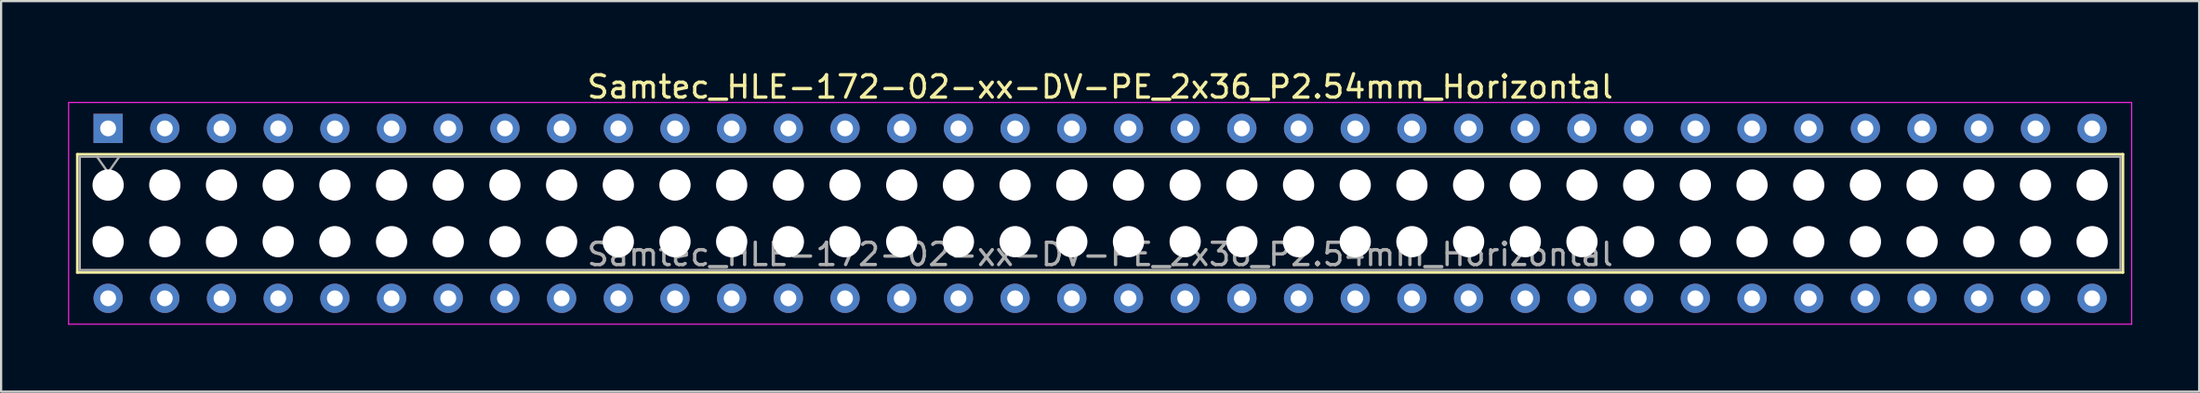
<source format=kicad_pcb>
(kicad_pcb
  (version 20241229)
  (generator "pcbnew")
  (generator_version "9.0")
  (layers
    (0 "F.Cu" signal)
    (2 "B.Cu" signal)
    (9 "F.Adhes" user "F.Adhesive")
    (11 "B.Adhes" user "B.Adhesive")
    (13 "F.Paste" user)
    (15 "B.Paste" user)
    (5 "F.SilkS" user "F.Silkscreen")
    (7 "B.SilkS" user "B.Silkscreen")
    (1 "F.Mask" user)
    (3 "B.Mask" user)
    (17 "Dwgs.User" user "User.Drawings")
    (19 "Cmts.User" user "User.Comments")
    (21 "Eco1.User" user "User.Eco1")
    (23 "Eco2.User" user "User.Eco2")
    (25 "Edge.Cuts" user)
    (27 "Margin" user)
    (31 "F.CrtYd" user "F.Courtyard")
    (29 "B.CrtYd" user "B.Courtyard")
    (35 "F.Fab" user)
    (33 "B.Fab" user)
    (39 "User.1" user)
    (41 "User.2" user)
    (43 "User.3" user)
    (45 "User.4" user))
  (footprint "Samtec_HLE-172-02-xx-DV-PE_2x36_P2.54mm_Horizontal"
    (layer "F.Cu")
    (at 1.795 2.708)
    (property "Reference" "Samtec_HLE-172-02-xx-DV-PE_2x36_P2.54mm_Horizontal" (at 44.45 -1.86 0) (layer "F.SilkS") (effects (font (size 1 1) (thickness 0.15))))
    (attr through_hole)
    (fp_line (start -1.38 1.16) (end 90.28 1.16) (stroke (width 0.12) (type solid)) (layer "F.SilkS"))
    (fp_line (start -1.38 6.46) (end -1.38 1.16) (stroke (width 0.12) (type solid)) (layer "F.SilkS"))
    (fp_line (start 90.28 1.16) (end 90.28 6.46) (stroke (width 0.12) (type solid)) (layer "F.SilkS"))
    (fp_line (start 90.28 6.46) (end -1.38 6.46) (stroke (width 0.12) (type solid)) (layer "F.SilkS"))
    (fp_line (start -1.77 -1.16) (end 90.67 -1.16) (stroke (width 0.05) (type solid)) (layer "F.CrtYd"))
    (fp_line (start -1.77 8.78) (end -1.77 -1.16) (stroke (width 0.05) (type solid)) (layer "F.CrtYd"))
    (fp_line (start 90.67 -1.16) (end 90.67 8.78) (stroke (width 0.05) (type solid)) (layer "F.CrtYd"))
    (fp_line (start 90.67 8.78) (end -1.77 8.78) (stroke (width 0.05) (type solid)) (layer "F.CrtYd"))
    (fp_line (start -1.27 1.27) (end 90.17 1.27) (stroke (width 0.1) (type solid)) (layer "F.Fab"))
    (fp_line (start -1.27 6.35) (end -1.27 1.27) (stroke (width 0.1) (type solid)) (layer "F.Fab"))
    (fp_line (start -0.5 1.27) (end 0 1.977) (stroke (width 0.1) (type solid)) (layer "F.Fab"))
    (fp_line (start 0 1.977) (end 0.5 1.27) (stroke (width 0.1) (type solid)) (layer "F.Fab"))
    (fp_line (start 90.17 1.27) (end 90.17 6.35) (stroke (width 0.1) (type solid)) (layer "F.Fab"))
    (fp_line (start 90.17 6.35) (end -1.27 6.35) (stroke (width 0.1) (type solid)) (layer "F.Fab"))
    (fp_text user "${REFERENCE}" (at 44.45 5.65 0) (layer "F.Fab") (effects (font (size 1 1) (thickness 0.15))))
    (pad "" np_thru_hole circle (at 0 2.54) (size 1.4 1.4) (drill 1.4) (layers "*.Cu" "*.Mask"))
    (pad "" np_thru_hole circle (at 0 5.08) (size 1.4 1.4) (drill 1.4) (layers "*.Cu" "*.Mask"))
    (pad "" np_thru_hole circle (at 2.54 2.54) (size 1.4 1.4) (drill 1.4) (layers "*.Cu" "*.Mask"))
    (pad "" np_thru_hole circle (at 2.54 5.08) (size 1.4 1.4) (drill 1.4) (layers "*.Cu" "*.Mask"))
    (pad "" np_thru_hole circle (at 5.08 2.54) (size 1.4 1.4) (drill 1.4) (layers "*.Cu" "*.Mask"))
    (pad "" np_thru_hole circle (at 5.08 5.08) (size 1.4 1.4) (drill 1.4) (layers "*.Cu" "*.Mask"))
    (pad "" np_thru_hole circle (at 7.62 2.54) (size 1.4 1.4) (drill 1.4) (layers "*.Cu" "*.Mask"))
    (pad "" np_thru_hole circle (at 7.62 5.08) (size 1.4 1.4) (drill 1.4) (layers "*.Cu" "*.Mask"))
    (pad "" np_thru_hole circle (at 10.16 2.54) (size 1.4 1.4) (drill 1.4) (layers "*.Cu" "*.Mask"))
    (pad "" np_thru_hole circle (at 10.16 5.08) (size 1.4 1.4) (drill 1.4) (layers "*.Cu" "*.Mask"))
    (pad "" np_thru_hole circle (at 12.7 2.54) (size 1.4 1.4) (drill 1.4) (layers "*.Cu" "*.Mask"))
    (pad "" np_thru_hole circle (at 12.7 5.08) (size 1.4 1.4) (drill 1.4) (layers "*.Cu" "*.Mask"))
    (pad "" np_thru_hole circle (at 15.24 2.54) (size 1.4 1.4) (drill 1.4) (layers "*.Cu" "*.Mask"))
    (pad "" np_thru_hole circle (at 15.24 5.08) (size 1.4 1.4) (drill 1.4) (layers "*.Cu" "*.Mask"))
    (pad "" np_thru_hole circle (at 17.78 2.54) (size 1.4 1.4) (drill 1.4) (layers "*.Cu" "*.Mask"))
    (pad "" np_thru_hole circle (at 17.78 5.08) (size 1.4 1.4) (drill 1.4) (layers "*.Cu" "*.Mask"))
    (pad "" np_thru_hole circle (at 20.32 2.54) (size 1.4 1.4) (drill 1.4) (layers "*.Cu" "*.Mask"))
    (pad "" np_thru_hole circle (at 20.32 5.08) (size 1.4 1.4) (drill 1.4) (layers "*.Cu" "*.Mask"))
    (pad "" np_thru_hole circle (at 22.86 2.54) (size 1.4 1.4) (drill 1.4) (layers "*.Cu" "*.Mask"))
    (pad "" np_thru_hole circle (at 22.86 5.08) (size 1.4 1.4) (drill 1.4) (layers "*.Cu" "*.Mask"))
    (pad "" np_thru_hole circle (at 25.4 2.54) (size 1.4 1.4) (drill 1.4) (layers "*.Cu" "*.Mask"))
    (pad "" np_thru_hole circle (at 25.4 5.08) (size 1.4 1.4) (drill 1.4) (layers "*.Cu" "*.Mask"))
    (pad "" np_thru_hole circle (at 27.94 2.54) (size 1.4 1.4) (drill 1.4) (layers "*.Cu" "*.Mask"))
    (pad "" np_thru_hole circle (at 27.94 5.08) (size 1.4 1.4) (drill 1.4) (layers "*.Cu" "*.Mask"))
    (pad "" np_thru_hole circle (at 30.48 2.54) (size 1.4 1.4) (drill 1.4) (layers "*.Cu" "*.Mask"))
    (pad "" np_thru_hole circle (at 30.48 5.08) (size 1.4 1.4) (drill 1.4) (layers "*.Cu" "*.Mask"))
    (pad "" np_thru_hole circle (at 33.02 2.54) (size 1.4 1.4) (drill 1.4) (layers "*.Cu" "*.Mask"))
    (pad "" np_thru_hole circle (at 33.02 5.08) (size 1.4 1.4) (drill 1.4) (layers "*.Cu" "*.Mask"))
    (pad "" np_thru_hole circle (at 35.56 2.54) (size 1.4 1.4) (drill 1.4) (layers "*.Cu" "*.Mask"))
    (pad "" np_thru_hole circle (at 35.56 5.08) (size 1.4 1.4) (drill 1.4) (layers "*.Cu" "*.Mask"))
    (pad "" np_thru_hole circle (at 38.1 2.54) (size 1.4 1.4) (drill 1.4) (layers "*.Cu" "*.Mask"))
    (pad "" np_thru_hole circle (at 38.1 5.08) (size 1.4 1.4) (drill 1.4) (layers "*.Cu" "*.Mask"))
    (pad "" np_thru_hole circle (at 40.64 2.54) (size 1.4 1.4) (drill 1.4) (layers "*.Cu" "*.Mask"))
    (pad "" np_thru_hole circle (at 40.64 5.08) (size 1.4 1.4) (drill 1.4) (layers "*.Cu" "*.Mask"))
    (pad "" np_thru_hole circle (at 43.18 2.54) (size 1.4 1.4) (drill 1.4) (layers "*.Cu" "*.Mask"))
    (pad "" np_thru_hole circle (at 43.18 5.08) (size 1.4 1.4) (drill 1.4) (layers "*.Cu" "*.Mask"))
    (pad "" np_thru_hole circle (at 45.72 2.54) (size 1.4 1.4) (drill 1.4) (layers "*.Cu" "*.Mask"))
    (pad "" np_thru_hole circle (at 45.72 5.08) (size 1.4 1.4) (drill 1.4) (layers "*.Cu" "*.Mask"))
    (pad "" np_thru_hole circle (at 48.26 2.54) (size 1.4 1.4) (drill 1.4) (layers "*.Cu" "*.Mask"))
    (pad "" np_thru_hole circle (at 48.26 5.08) (size 1.4 1.4) (drill 1.4) (layers "*.Cu" "*.Mask"))
    (pad "" np_thru_hole circle (at 50.8 2.54) (size 1.4 1.4) (drill 1.4) (layers "*.Cu" "*.Mask"))
    (pad "" np_thru_hole circle (at 50.8 5.08) (size 1.4 1.4) (drill 1.4) (layers "*.Cu" "*.Mask"))
    (pad "" np_thru_hole circle (at 53.34 2.54) (size 1.4 1.4) (drill 1.4) (layers "*.Cu" "*.Mask"))
    (pad "" np_thru_hole circle (at 53.34 5.08) (size 1.4 1.4) (drill 1.4) (layers "*.Cu" "*.Mask"))
    (pad "" np_thru_hole circle (at 55.88 2.54) (size 1.4 1.4) (drill 1.4) (layers "*.Cu" "*.Mask"))
    (pad "" np_thru_hole circle (at 55.88 5.08) (size 1.4 1.4) (drill 1.4) (layers "*.Cu" "*.Mask"))
    (pad "" np_thru_hole circle (at 58.42 2.54) (size 1.4 1.4) (drill 1.4) (layers "*.Cu" "*.Mask"))
    (pad "" np_thru_hole circle (at 58.42 5.08) (size 1.4 1.4) (drill 1.4) (layers "*.Cu" "*.Mask"))
    (pad "" np_thru_hole circle (at 60.96 2.54) (size 1.4 1.4) (drill 1.4) (layers "*.Cu" "*.Mask"))
    (pad "" np_thru_hole circle (at 60.96 5.08) (size 1.4 1.4) (drill 1.4) (layers "*.Cu" "*.Mask"))
    (pad "" np_thru_hole circle (at 63.5 2.54) (size 1.4 1.4) (drill 1.4) (layers "*.Cu" "*.Mask"))
    (pad "" np_thru_hole circle (at 63.5 5.08) (size 1.4 1.4) (drill 1.4) (layers "*.Cu" "*.Mask"))
    (pad "" np_thru_hole circle (at 66.04 2.54) (size 1.4 1.4) (drill 1.4) (layers "*.Cu" "*.Mask"))
    (pad "" np_thru_hole circle (at 66.04 5.08) (size 1.4 1.4) (drill 1.4) (layers "*.Cu" "*.Mask"))
    (pad "" np_thru_hole circle (at 68.58 2.54) (size 1.4 1.4) (drill 1.4) (layers "*.Cu" "*.Mask"))
    (pad "" np_thru_hole circle (at 68.58 5.08) (size 1.4 1.4) (drill 1.4) (layers "*.Cu" "*.Mask"))
    (pad "" np_thru_hole circle (at 71.12 2.54) (size 1.4 1.4) (drill 1.4) (layers "*.Cu" "*.Mask"))
    (pad "" np_thru_hole circle (at 71.12 5.08) (size 1.4 1.4) (drill 1.4) (layers "*.Cu" "*.Mask"))
    (pad "" np_thru_hole circle (at 73.66 2.54) (size 1.4 1.4) (drill 1.4) (layers "*.Cu" "*.Mask"))
    (pad "" np_thru_hole circle (at 73.66 5.08) (size 1.4 1.4) (drill 1.4) (layers "*.Cu" "*.Mask"))
    (pad "" np_thru_hole circle (at 76.2 2.54) (size 1.4 1.4) (drill 1.4) (layers "*.Cu" "*.Mask"))
    (pad "" np_thru_hole circle (at 76.2 5.08) (size 1.4 1.4) (drill 1.4) (layers "*.Cu" "*.Mask"))
    (pad "" np_thru_hole circle (at 78.74 2.54) (size 1.4 1.4) (drill 1.4) (layers "*.Cu" "*.Mask"))
    (pad "" np_thru_hole circle (at 78.74 5.08) (size 1.4 1.4) (drill 1.4) (layers "*.Cu" "*.Mask"))
    (pad "" np_thru_hole circle (at 81.28 2.54) (size 1.4 1.4) (drill 1.4) (layers "*.Cu" "*.Mask"))
    (pad "" np_thru_hole circle (at 81.28 5.08) (size 1.4 1.4) (drill 1.4) (layers "*.Cu" "*.Mask"))
    (pad "" np_thru_hole circle (at 83.82 2.54) (size 1.4 1.4) (drill 1.4) (layers "*.Cu" "*.Mask"))
    (pad "" np_thru_hole circle (at 83.82 5.08) (size 1.4 1.4) (drill 1.4) (layers "*.Cu" "*.Mask"))
    (pad "" np_thru_hole circle (at 86.36 2.54) (size 1.4 1.4) (drill 1.4) (layers "*.Cu" "*.Mask"))
    (pad "" np_thru_hole circle (at 86.36 5.08) (size 1.4 1.4) (drill 1.4) (layers "*.Cu" "*.Mask"))
    (pad "" np_thru_hole circle (at 88.9 2.54) (size 1.4 1.4) (drill 1.4) (layers "*.Cu" "*.Mask"))
    (pad "" np_thru_hole circle (at 88.9 5.08) (size 1.4 1.4) (drill 1.4) (layers "*.Cu" "*.Mask"))
    (pad "1" thru_hole rect (at 0 0) (size 1.31 1.31) (drill 0.71) (layers "*.Cu" "*.Mask"))
    (pad "2" thru_hole circle (at 0 7.62) (size 1.31 1.31) (drill 0.71) (layers "*.Cu" "*.Mask"))
    (pad "3" thru_hole circle (at 2.54 0) (size 1.31 1.31) (drill 0.71) (layers "*.Cu" "*.Mask"))
    (pad "4" thru_hole circle (at 2.54 7.62) (size 1.31 1.31) (drill 0.71) (layers "*.Cu" "*.Mask"))
    (pad "5" thru_hole circle (at 5.08 0) (size 1.31 1.31) (drill 0.71) (layers "*.Cu" "*.Mask"))
    (pad "6" thru_hole circle (at 5.08 7.62) (size 1.31 1.31) (drill 0.71) (layers "*.Cu" "*.Mask"))
    (pad "7" thru_hole circle (at 7.62 0) (size 1.31 1.31) (drill 0.71) (layers "*.Cu" "*.Mask"))
    (pad "8" thru_hole circle (at 7.62 7.62) (size 1.31 1.31) (drill 0.71) (layers "*.Cu" "*.Mask"))
    (pad "9" thru_hole circle (at 10.16 0) (size 1.31 1.31) (drill 0.71) (layers "*.Cu" "*.Mask"))
    (pad "10" thru_hole circle (at 10.16 7.62) (size 1.31 1.31) (drill 0.71) (layers "*.Cu" "*.Mask"))
    (pad "11" thru_hole circle (at 12.7 0) (size 1.31 1.31) (drill 0.71) (layers "*.Cu" "*.Mask"))
    (pad "12" thru_hole circle (at 12.7 7.62) (size 1.31 1.31) (drill 0.71) (layers "*.Cu" "*.Mask"))
    (pad "13" thru_hole circle (at 15.24 0) (size 1.31 1.31) (drill 0.71) (layers "*.Cu" "*.Mask"))
    (pad "14" thru_hole circle (at 15.24 7.62) (size 1.31 1.31) (drill 0.71) (layers "*.Cu" "*.Mask"))
    (pad "15" thru_hole circle (at 17.78 0) (size 1.31 1.31) (drill 0.71) (layers "*.Cu" "*.Mask"))
    (pad "16" thru_hole circle (at 17.78 7.62) (size 1.31 1.31) (drill 0.71) (layers "*.Cu" "*.Mask"))
    (pad "17" thru_hole circle (at 20.32 0) (size 1.31 1.31) (drill 0.71) (layers "*.Cu" "*.Mask"))
    (pad "18" thru_hole circle (at 20.32 7.62) (size 1.31 1.31) (drill 0.71) (layers "*.Cu" "*.Mask"))
    (pad "19" thru_hole circle (at 22.86 0) (size 1.31 1.31) (drill 0.71) (layers "*.Cu" "*.Mask"))
    (pad "20" thru_hole circle (at 22.86 7.62) (size 1.31 1.31) (drill 0.71) (layers "*.Cu" "*.Mask"))
    (pad "21" thru_hole circle (at 25.4 0) (size 1.31 1.31) (drill 0.71) (layers "*.Cu" "*.Mask"))
    (pad "22" thru_hole circle (at 25.4 7.62) (size 1.31 1.31) (drill 0.71) (layers "*.Cu" "*.Mask"))
    (pad "23" thru_hole circle (at 27.94 0) (size 1.31 1.31) (drill 0.71) (layers "*.Cu" "*.Mask"))
    (pad "24" thru_hole circle (at 27.94 7.62) (size 1.31 1.31) (drill 0.71) (layers "*.Cu" "*.Mask"))
    (pad "25" thru_hole circle (at 30.48 0) (size 1.31 1.31) (drill 0.71) (layers "*.Cu" "*.Mask"))
    (pad "26" thru_hole circle (at 30.48 7.62) (size 1.31 1.31) (drill 0.71) (layers "*.Cu" "*.Mask"))
    (pad "27" thru_hole circle (at 33.02 0) (size 1.31 1.31) (drill 0.71) (layers "*.Cu" "*.Mask"))
    (pad "28" thru_hole circle (at 33.02 7.62) (size 1.31 1.31) (drill 0.71) (layers "*.Cu" "*.Mask"))
    (pad "29" thru_hole circle (at 35.56 0) (size 1.31 1.31) (drill 0.71) (layers "*.Cu" "*.Mask"))
    (pad "30" thru_hole circle (at 35.56 7.62) (size 1.31 1.31) (drill 0.71) (layers "*.Cu" "*.Mask"))
    (pad "31" thru_hole circle (at 38.1 0) (size 1.31 1.31) (drill 0.71) (layers "*.Cu" "*.Mask"))
    (pad "32" thru_hole circle (at 38.1 7.62) (size 1.31 1.31) (drill 0.71) (layers "*.Cu" "*.Mask"))
    (pad "33" thru_hole circle (at 40.64 0) (size 1.31 1.31) (drill 0.71) (layers "*.Cu" "*.Mask"))
    (pad "34" thru_hole circle (at 40.64 7.62) (size 1.31 1.31) (drill 0.71) (layers "*.Cu" "*.Mask"))
    (pad "35" thru_hole circle (at 43.18 0) (size 1.31 1.31) (drill 0.71) (layers "*.Cu" "*.Mask"))
    (pad "36" thru_hole circle (at 43.18 7.62) (size 1.31 1.31) (drill 0.71) (layers "*.Cu" "*.Mask"))
    (pad "37" thru_hole circle (at 45.72 0) (size 1.31 1.31) (drill 0.71) (layers "*.Cu" "*.Mask"))
    (pad "38" thru_hole circle (at 45.72 7.62) (size 1.31 1.31) (drill 0.71) (layers "*.Cu" "*.Mask"))
    (pad "39" thru_hole circle (at 48.26 0) (size 1.31 1.31) (drill 0.71) (layers "*.Cu" "*.Mask"))
    (pad "40" thru_hole circle (at 48.26 7.62) (size 1.31 1.31) (drill 0.71) (layers "*.Cu" "*.Mask"))
    (pad "41" thru_hole circle (at 50.8 0) (size 1.31 1.31) (drill 0.71) (layers "*.Cu" "*.Mask"))
    (pad "42" thru_hole circle (at 50.8 7.62) (size 1.31 1.31) (drill 0.71) (layers "*.Cu" "*.Mask"))
    (pad "43" thru_hole circle (at 53.34 0) (size 1.31 1.31) (drill 0.71) (layers "*.Cu" "*.Mask"))
    (pad "44" thru_hole circle (at 53.34 7.62) (size 1.31 1.31) (drill 0.71) (layers "*.Cu" "*.Mask"))
    (pad "45" thru_hole circle (at 55.88 0) (size 1.31 1.31) (drill 0.71) (layers "*.Cu" "*.Mask"))
    (pad "46" thru_hole circle (at 55.88 7.62) (size 1.31 1.31) (drill 0.71) (layers "*.Cu" "*.Mask"))
    (pad "47" thru_hole circle (at 58.42 0) (size 1.31 1.31) (drill 0.71) (layers "*.Cu" "*.Mask"))
    (pad "48" thru_hole circle (at 58.42 7.62) (size 1.31 1.31) (drill 0.71) (layers "*.Cu" "*.Mask"))
    (pad "49" thru_hole circle (at 60.96 0) (size 1.31 1.31) (drill 0.71) (layers "*.Cu" "*.Mask"))
    (pad "50" thru_hole circle (at 60.96 7.62) (size 1.31 1.31) (drill 0.71) (layers "*.Cu" "*.Mask"))
    (pad "51" thru_hole circle (at 63.5 0) (size 1.31 1.31) (drill 0.71) (layers "*.Cu" "*.Mask"))
    (pad "52" thru_hole circle (at 63.5 7.62) (size 1.31 1.31) (drill 0.71) (layers "*.Cu" "*.Mask"))
    (pad "53" thru_hole circle (at 66.04 0) (size 1.31 1.31) (drill 0.71) (layers "*.Cu" "*.Mask"))
    (pad "54" thru_hole circle (at 66.04 7.62) (size 1.31 1.31) (drill 0.71) (layers "*.Cu" "*.Mask"))
    (pad "55" thru_hole circle (at 68.58 0) (size 1.31 1.31) (drill 0.71) (layers "*.Cu" "*.Mask"))
    (pad "56" thru_hole circle (at 68.58 7.62) (size 1.31 1.31) (drill 0.71) (layers "*.Cu" "*.Mask"))
    (pad "57" thru_hole circle (at 71.12 0) (size 1.31 1.31) (drill 0.71) (layers "*.Cu" "*.Mask"))
    (pad "58" thru_hole circle (at 71.12 7.62) (size 1.31 1.31) (drill 0.71) (layers "*.Cu" "*.Mask"))
    (pad "59" thru_hole circle (at 73.66 0) (size 1.31 1.31) (drill 0.71) (layers "*.Cu" "*.Mask"))
    (pad "60" thru_hole circle (at 73.66 7.62) (size 1.31 1.31) (drill 0.71) (layers "*.Cu" "*.Mask"))
    (pad "61" thru_hole circle (at 76.2 0) (size 1.31 1.31) (drill 0.71) (layers "*.Cu" "*.Mask"))
    (pad "62" thru_hole circle (at 76.2 7.62) (size 1.31 1.31) (drill 0.71) (layers "*.Cu" "*.Mask"))
    (pad "63" thru_hole circle (at 78.74 0) (size 1.31 1.31) (drill 0.71) (layers "*.Cu" "*.Mask"))
    (pad "64" thru_hole circle (at 78.74 7.62) (size 1.31 1.31) (drill 0.71) (layers "*.Cu" "*.Mask"))
    (pad "65" thru_hole circle (at 81.28 0) (size 1.31 1.31) (drill 0.71) (layers "*.Cu" "*.Mask"))
    (pad "66" thru_hole circle (at 81.28 7.62) (size 1.31 1.31) (drill 0.71) (layers "*.Cu" "*.Mask"))
    (pad "67" thru_hole circle (at 83.82 0) (size 1.31 1.31) (drill 0.71) (layers "*.Cu" "*.Mask"))
    (pad "68" thru_hole circle (at 83.82 7.62) (size 1.31 1.31) (drill 0.71) (layers "*.Cu" "*.Mask"))
    (pad "69" thru_hole circle (at 86.36 0) (size 1.31 1.31) (drill 0.71) (layers "*.Cu" "*.Mask"))
    (pad "70" thru_hole circle (at 86.36 7.62) (size 1.31 1.31) (drill 0.71) (layers "*.Cu" "*.Mask"))
    (pad "71" thru_hole circle (at 88.9 0) (size 1.31 1.31) (drill 0.71) (layers "*.Cu" "*.Mask"))
    (pad "72" thru_hole circle (at 88.9 7.62) (size 1.31 1.31) (drill 0.71) (layers "*.Cu" "*.Mask")))
  (gr_rect
    (start -3 -3)
    (end 95.49 14.513)
    (stroke (width 0.1) (type default))
    (fill no)
    (layer "Edge.Cuts")))
</source>
